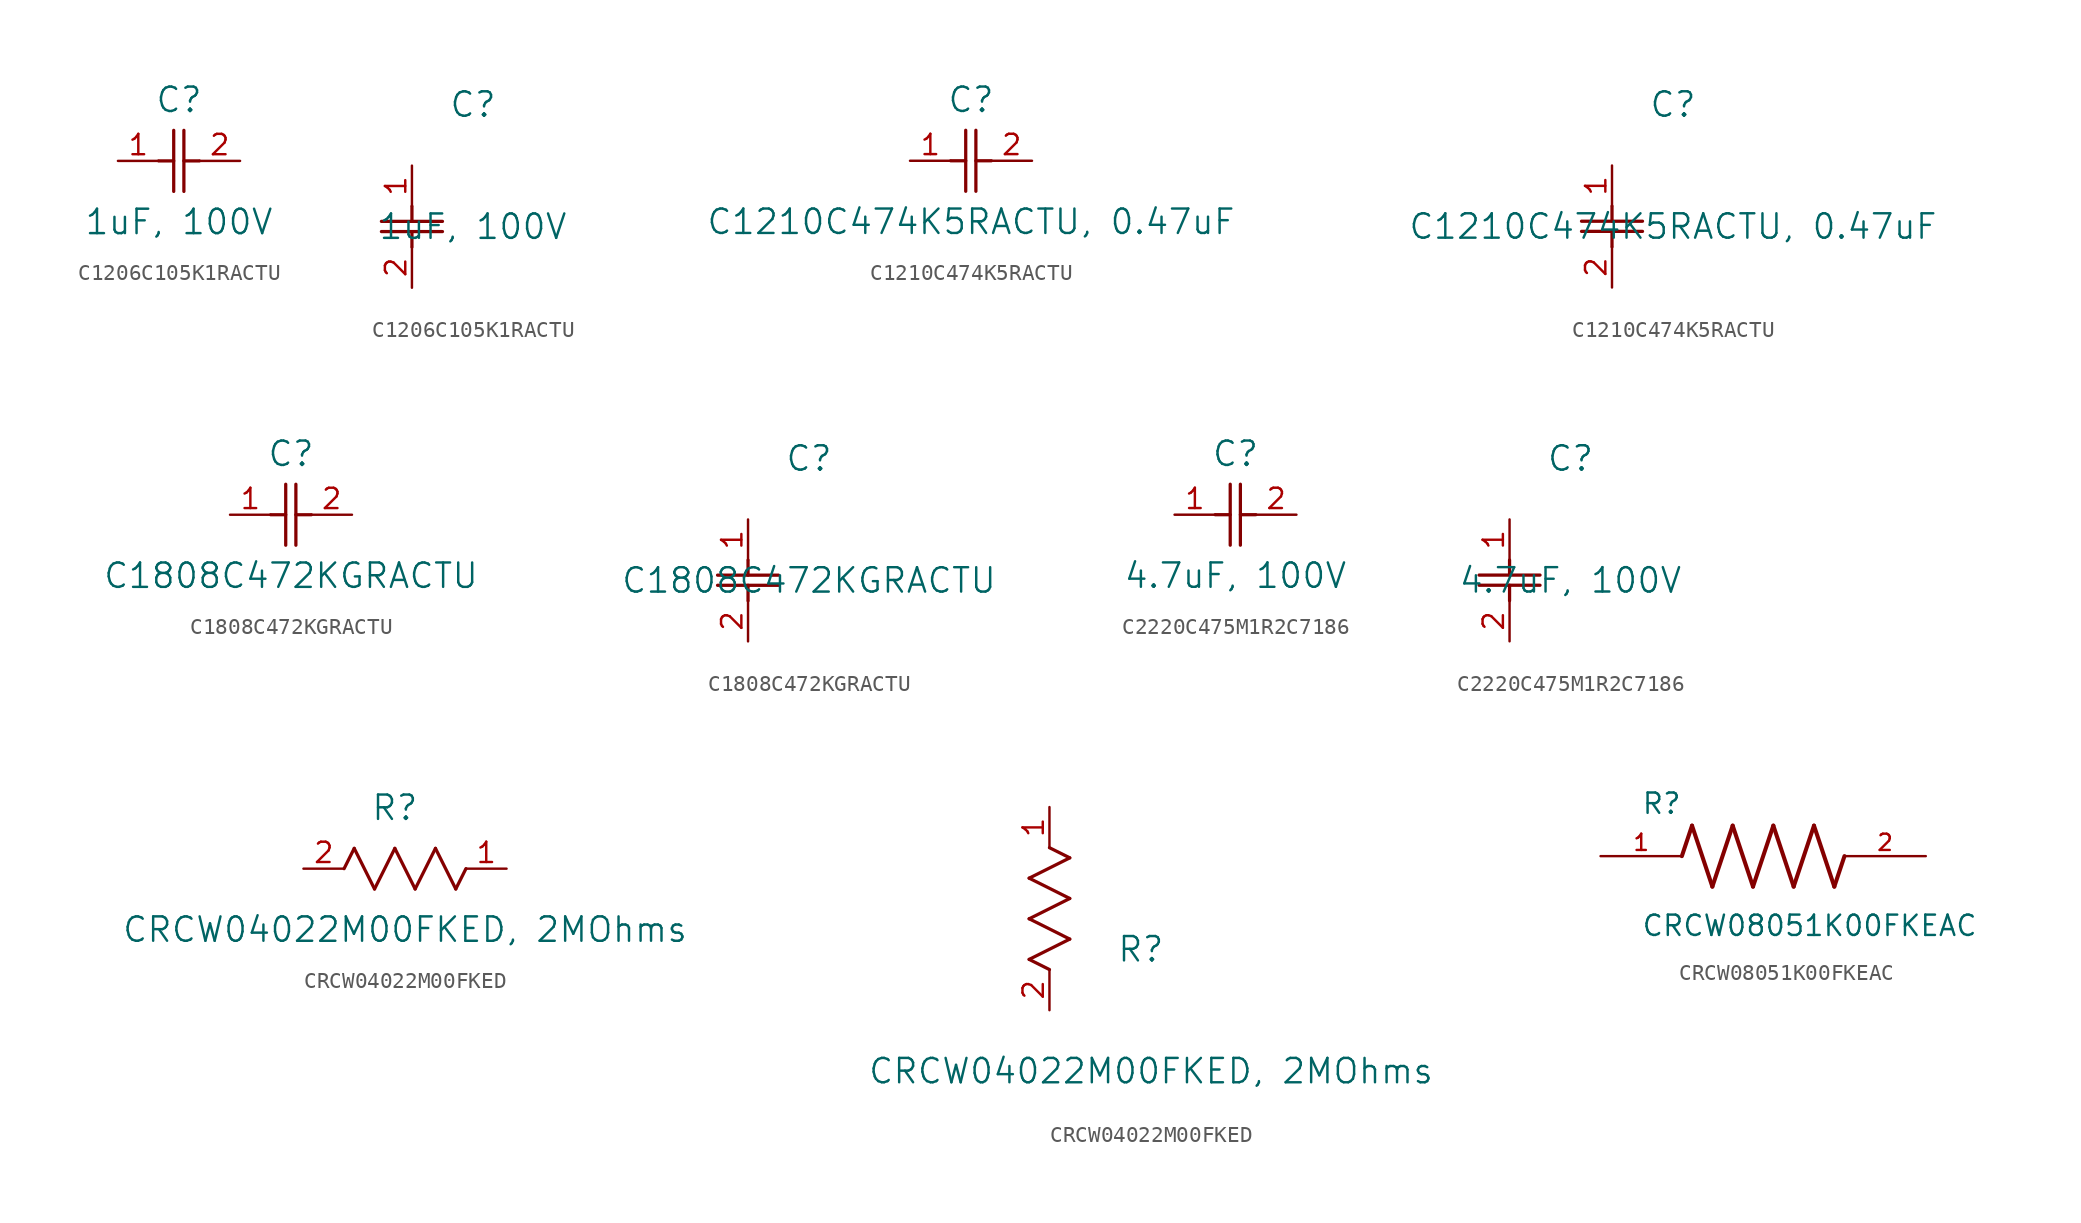
<source format=kicad_sym>
(kicad_symbol_lib
  (version 20241209)
  (generator "kicad_symbol_editor")
  (generator_version "9.0")
  (symbol "C1206C105K1RACTU"
    (pin_names
      (offset 0.254))
    (property "Reference" "C"
      (at 3.81 3.81 0)
      (effects (font (size 1.524 1.524))))
    (property "Value" "1uF, 100V"
      (at 3.81 -3.81 0)
      (effects (font (size 1.524 1.524))))
    (property "ki_locked" ""
      (at 0 0 0)
      (effects (font (size 1.27 1.27))))
    (symbol "C1206C105K1RACTU_1_1"
      (polyline (pts (xy 2.54 0) (xy 3.48 0)) (stroke (width 0.203) (type default)) (fill (type none)))
      (polyline (pts (xy 3.48 -1.905) (xy 3.48 1.905)) (stroke (width 0.203) (type default)) (fill (type none)))
      (polyline (pts (xy 4.115 0) (xy 5.08 0)) (stroke (width 0.203) (type default)) (fill (type none)))
      (polyline (pts (xy 4.115 -1.905) (xy 4.115 1.905)) (stroke (width 0.203) (type default)) (fill (type none)))
      (pin unspecified line (at 0 0 0) (length 2.54) (name "" (effects (font (size 1.27 1.27)))) (number "1" (effects (font (size 1.27 1.27)))))
      (pin unspecified line (at 7.62 0 180) (length 2.54) (name "" (effects (font (size 1.27 1.27)))) (number "2" (effects (font (size 1.27 1.27))))))
    (symbol "C1206C105K1RACTU_1_2"
      (polyline (pts (xy -1.905 -3.48) (xy 1.905 -3.48)) (stroke (width 0.203) (type default)) (fill (type none)))
      (polyline (pts (xy -1.905 -4.115) (xy 1.905 -4.115)) (stroke (width 0.203) (type default)) (fill (type none)))
      (polyline (pts (xy 0 -2.54) (xy 0 -3.48)) (stroke (width 0.203) (type default)) (fill (type none)))
      (polyline (pts (xy 0 -4.115) (xy 0 -5.08)) (stroke (width 0.203) (type default)) (fill (type none)))
      (pin unspecified line (at 0 0 270) (length 2.54) (name "" (effects (font (size 1.27 1.27)))) (number "1" (effects (font (size 1.27 1.27)))))
      (pin unspecified line (at 0 -7.62 90) (length 2.54) (name "" (effects (font (size 1.27 1.27)))) (number "2" (effects (font (size 1.27 1.27)))))))
  (symbol "C1210C474K5RACTU"
    (pin_names
      (offset 0.254))
    (property "Reference" "C"
      (at 3.81 3.81 0)
      (effects (font (size 1.524 1.524))))
    (property "Value" "C1210C474K5RACTU, 0.47uF"
      (at 3.81 -3.81 0)
      (effects (font (size 1.524 1.524))))
    (symbol "C1210C474K5RACTU_1_1"
      (polyline (pts (xy 2.54 0) (xy 3.48 0)) (stroke (width 0.203) (type default)) (fill (type none)))
      (polyline (pts (xy 3.48 -1.905) (xy 3.48 1.905)) (stroke (width 0.203) (type default)) (fill (type none)))
      (polyline (pts (xy 4.115 0) (xy 5.08 0)) (stroke (width 0.203) (type default)) (fill (type none)))
      (polyline (pts (xy 4.115 -1.905) (xy 4.115 1.905)) (stroke (width 0.203) (type default)) (fill (type none)))
      (pin unspecified line (at 0 0 0) (length 2.54) (name "" (effects (font (size 1.27 1.27)))) (number "1" (effects (font (size 1.27 1.27)))))
      (pin unspecified line (at 7.62 0 180) (length 2.54) (name "" (effects (font (size 1.27 1.27)))) (number "2" (effects (font (size 1.27 1.27))))))
    (symbol "C1210C474K5RACTU_1_2"
      (polyline (pts (xy -1.905 -3.48) (xy 1.905 -3.48)) (stroke (width 0.203) (type default)) (fill (type none)))
      (polyline (pts (xy -1.905 -4.115) (xy 1.905 -4.115)) (stroke (width 0.203) (type default)) (fill (type none)))
      (polyline (pts (xy 0 -2.54) (xy 0 -3.48)) (stroke (width 0.203) (type default)) (fill (type none)))
      (polyline (pts (xy 0 -4.115) (xy 0 -5.08)) (stroke (width 0.203) (type default)) (fill (type none)))
      (pin unspecified line (at 0 0 270) (length 2.54) (name "" (effects (font (size 1.27 1.27)))) (number "1" (effects (font (size 1.27 1.27)))))
      (pin unspecified line (at 0 -7.62 90) (length 2.54) (name "" (effects (font (size 1.27 1.27)))) (number "2" (effects (font (size 1.27 1.27)))))))
  (symbol "C1808C472KGRACTU"
    (pin_names
      (offset 0.254))
    (property "Reference" "C"
      (at 3.81 3.81 0)
      (effects (font (size 1.524 1.524))))
    (property "Value" "C1808C472KGRACTU"
      (at 3.81 -3.81 0)
      (effects (font (size 1.524 1.524))))
    (property "ki_locked" ""
      (at 0 0 0)
      (effects (font (size 1.27 1.27))))
    (symbol "C1808C472KGRACTU_1_1"
      (polyline (pts (xy 2.54 0) (xy 3.48 0)) (stroke (width 0.203) (type default)) (fill (type none)))
      (polyline (pts (xy 3.48 -1.905) (xy 3.48 1.905)) (stroke (width 0.203) (type default)) (fill (type none)))
      (polyline (pts (xy 4.115 0) (xy 5.08 0)) (stroke (width 0.203) (type default)) (fill (type none)))
      (polyline (pts (xy 4.115 -1.905) (xy 4.115 1.905)) (stroke (width 0.203) (type default)) (fill (type none)))
      (pin unspecified line (at 0 0 0) (length 2.54) (name "" (effects (font (size 1.27 1.27)))) (number "1" (effects (font (size 1.27 1.27)))))
      (pin unspecified line (at 7.62 0 180) (length 2.54) (name "" (effects (font (size 1.27 1.27)))) (number "2" (effects (font (size 1.27 1.27))))))
    (symbol "C1808C472KGRACTU_1_2"
      (polyline (pts (xy -1.905 -3.48) (xy 1.905 -3.48)) (stroke (width 0.203) (type default)) (fill (type none)))
      (polyline (pts (xy -1.905 -4.115) (xy 1.905 -4.115)) (stroke (width 0.203) (type default)) (fill (type none)))
      (polyline (pts (xy 0 -2.54) (xy 0 -3.48)) (stroke (width 0.203) (type default)) (fill (type none)))
      (polyline (pts (xy 0 -4.115) (xy 0 -5.08)) (stroke (width 0.203) (type default)) (fill (type none)))
      (pin unspecified line (at 0 0 270) (length 2.54) (name "" (effects (font (size 1.27 1.27)))) (number "1" (effects (font (size 1.27 1.27)))))
      (pin unspecified line (at 0 -7.62 90) (length 2.54) (name "" (effects (font (size 1.27 1.27)))) (number "2" (effects (font (size 1.27 1.27)))))))
  (symbol "C2220C475M1R2C7186"
    (pin_names
      (offset 0.254))
    (property "Reference" "C"
      (at 3.81 3.81 0)
      (effects (font (size 1.524 1.524))))
    (property "Value" "4.7uF, 100V"
      (at 3.81 -3.81 0)
      (effects (font (size 1.524 1.524))))
    (property "ki_locked" ""
      (at 0 0 0)
      (effects (font (size 1.27 1.27))))
    (symbol "C2220C475M1R2C7186_1_1"
      (polyline (pts (xy 2.54 0) (xy 3.48 0)) (stroke (width 0.203) (type default)) (fill (type none)))
      (polyline (pts (xy 3.48 -1.905) (xy 3.48 1.905)) (stroke (width 0.203) (type default)) (fill (type none)))
      (polyline (pts (xy 4.115 0) (xy 5.08 0)) (stroke (width 0.203) (type default)) (fill (type none)))
      (polyline (pts (xy 4.115 -1.905) (xy 4.115 1.905)) (stroke (width 0.203) (type default)) (fill (type none)))
      (pin unspecified line (at 0 0 0) (length 2.54) (name "" (effects (font (size 1.27 1.27)))) (number "1" (effects (font (size 1.27 1.27)))))
      (pin unspecified line (at 7.62 0 180) (length 2.54) (name "" (effects (font (size 1.27 1.27)))) (number "2" (effects (font (size 1.27 1.27))))))
    (symbol "C2220C475M1R2C7186_1_2"
      (polyline (pts (xy -1.905 -3.48) (xy 1.905 -3.48)) (stroke (width 0.203) (type default)) (fill (type none)))
      (polyline (pts (xy -1.905 -4.115) (xy 1.905 -4.115)) (stroke (width 0.203) (type default)) (fill (type none)))
      (polyline (pts (xy 0 -2.54) (xy 0 -3.48)) (stroke (width 0.203) (type default)) (fill (type none)))
      (polyline (pts (xy 0 -4.115) (xy 0 -5.08)) (stroke (width 0.203) (type default)) (fill (type none)))
      (pin unspecified line (at 0 0 270) (length 2.54) (name "" (effects (font (size 1.27 1.27)))) (number "1" (effects (font (size 1.27 1.27)))))
      (pin unspecified line (at 0 -7.62 90) (length 2.54) (name "" (effects (font (size 1.27 1.27)))) (number "2" (effects (font (size 1.27 1.27)))))))
  (symbol "CRCW04022M00FKED"
    (pin_names
      (offset 0.254))
    (property "Reference" "R"
      (at 5.715 3.81 0)
      (effects (font (size 1.524 1.524))))
    (property "Value" "CRCW04022M00FKED, 2MOhms"
      (at 6.35 -3.81 0)
      (effects (font (size 1.524 1.524))))
    (property "ki_locked" ""
      (at 0 0 0)
      (effects (font (size 1.27 1.27))))
    (symbol "CRCW04022M00FKED_1_1"
      (polyline (pts (xy 2.54 0) (xy 3.175 1.27)) (stroke (width 0.203) (type default)) (fill (type none)))
      (polyline (pts (xy 3.175 1.27) (xy 4.445 -1.27)) (stroke (width 0.203) (type default)) (fill (type none)))
      (polyline (pts (xy 4.445 -1.27) (xy 5.715 1.27)) (stroke (width 0.203) (type default)) (fill (type none)))
      (polyline (pts (xy 5.715 1.27) (xy 6.985 -1.27)) (stroke (width 0.203) (type default)) (fill (type none)))
      (polyline (pts (xy 6.985 -1.27) (xy 8.255 1.27)) (stroke (width 0.203) (type default)) (fill (type none)))
      (polyline (pts (xy 8.255 1.27) (xy 9.525 -1.27)) (stroke (width 0.203) (type default)) (fill (type none)))
      (polyline (pts (xy 9.525 -1.27) (xy 10.16 0)) (stroke (width 0.203) (type default)) (fill (type none)))
      (pin unspecified line (at 0 0 0) (length 2.54) (name "" (effects (font (size 1.27 1.27)))) (number "2" (effects (font (size 1.27 1.27)))))
      (pin unspecified line (at 12.7 0 180) (length 2.54) (name "" (effects (font (size 1.27 1.27)))) (number "1" (effects (font (size 1.27 1.27))))))
    (symbol "CRCW04022M00FKED_1_2"
      (polyline (pts (xy -1.27 8.255) (xy 1.27 9.525)) (stroke (width 0.203) (type default)) (fill (type none)))
      (polyline (pts (xy -1.27 5.715) (xy 1.27 6.985)) (stroke (width 0.203) (type default)) (fill (type none)))
      (polyline (pts (xy -1.27 3.175) (xy 1.27 4.445)) (stroke (width 0.203) (type default)) (fill (type none)))
      (polyline (pts (xy 0 2.54) (xy -1.27 3.175)) (stroke (width 0.203) (type default)) (fill (type none)))
      (polyline (pts (xy 1.27 9.525) (xy 0 10.16)) (stroke (width 0.203) (type default)) (fill (type none)))
      (polyline (pts (xy 1.27 6.985) (xy -1.27 8.255)) (stroke (width 0.203) (type default)) (fill (type none)))
      (polyline (pts (xy 1.27 4.445) (xy -1.27 5.715)) (stroke (width 0.203) (type default)) (fill (type none)))
      (pin unspecified line (at 0 12.7 270) (length 2.54) (name "" (effects (font (size 1.27 1.27)))) (number "1" (effects (font (size 1.27 1.27)))))
      (pin unspecified line (at 0 0 90) (length 2.54) (name "" (effects (font (size 1.27 1.27)))) (number "2" (effects (font (size 1.27 1.27)))))))
  (symbol "CRCW08051K00FKEAC"
    (pin_names
      (offset 1.016))
    (property "Reference" "R"
      (at -7.624 2.542 0)
      (effects (font (size 1.27 1.27)) (justify left bottom)))
    (property "Value" "CRCW08051K00FKEAC"
      (at -7.63 -5.087 0)
      (effects (font (size 1.27 1.27)) (justify left bottom)))
    (symbol "CRCW08051K00FKEAC_0_0"
      (polyline (pts (xy -5.08 0) (xy -4.445 1.905)) (stroke (width 0.254) (type default)) (fill (type none)))
      (polyline (pts (xy -4.445 1.905) (xy -3.175 -1.905)) (stroke (width 0.254) (type default)) (fill (type none)))
      (polyline (pts (xy -3.175 -1.905) (xy -1.905 1.905)) (stroke (width 0.254) (type default)) (fill (type none)))
      (polyline (pts (xy -1.905 1.905) (xy -0.635 -1.905)) (stroke (width 0.254) (type default)) (fill (type none)))
      (polyline (pts (xy -0.635 -1.905) (xy 0.635 1.905)) (stroke (width 0.254) (type default)) (fill (type none)))
      (polyline (pts (xy 0.635 1.905) (xy 1.905 -1.905)) (stroke (width 0.254) (type default)) (fill (type none)))
      (polyline (pts (xy 1.905 -1.905) (xy 3.175 1.905)) (stroke (width 0.254) (type default)) (fill (type none)))
      (polyline (pts (xy 3.175 1.905) (xy 4.445 -1.905)) (stroke (width 0.254) (type default)) (fill (type none)))
      (polyline (pts (xy 4.445 -1.905) (xy 5.08 0)) (stroke (width 0.254) (type default)) (fill (type none)))
      (pin passive line (at -10.16 0 0) (length 5.08) (name "~" (effects (font (size 1.016 1.016)))) (number "1" (effects (font (size 1.016 1.016)))))
      (pin passive line (at 10.16 0 180) (length 5.08) (name "~" (effects (font (size 1.016 1.016)))) (number "2" (effects (font (size 1.016 1.016))))))))
</source>
